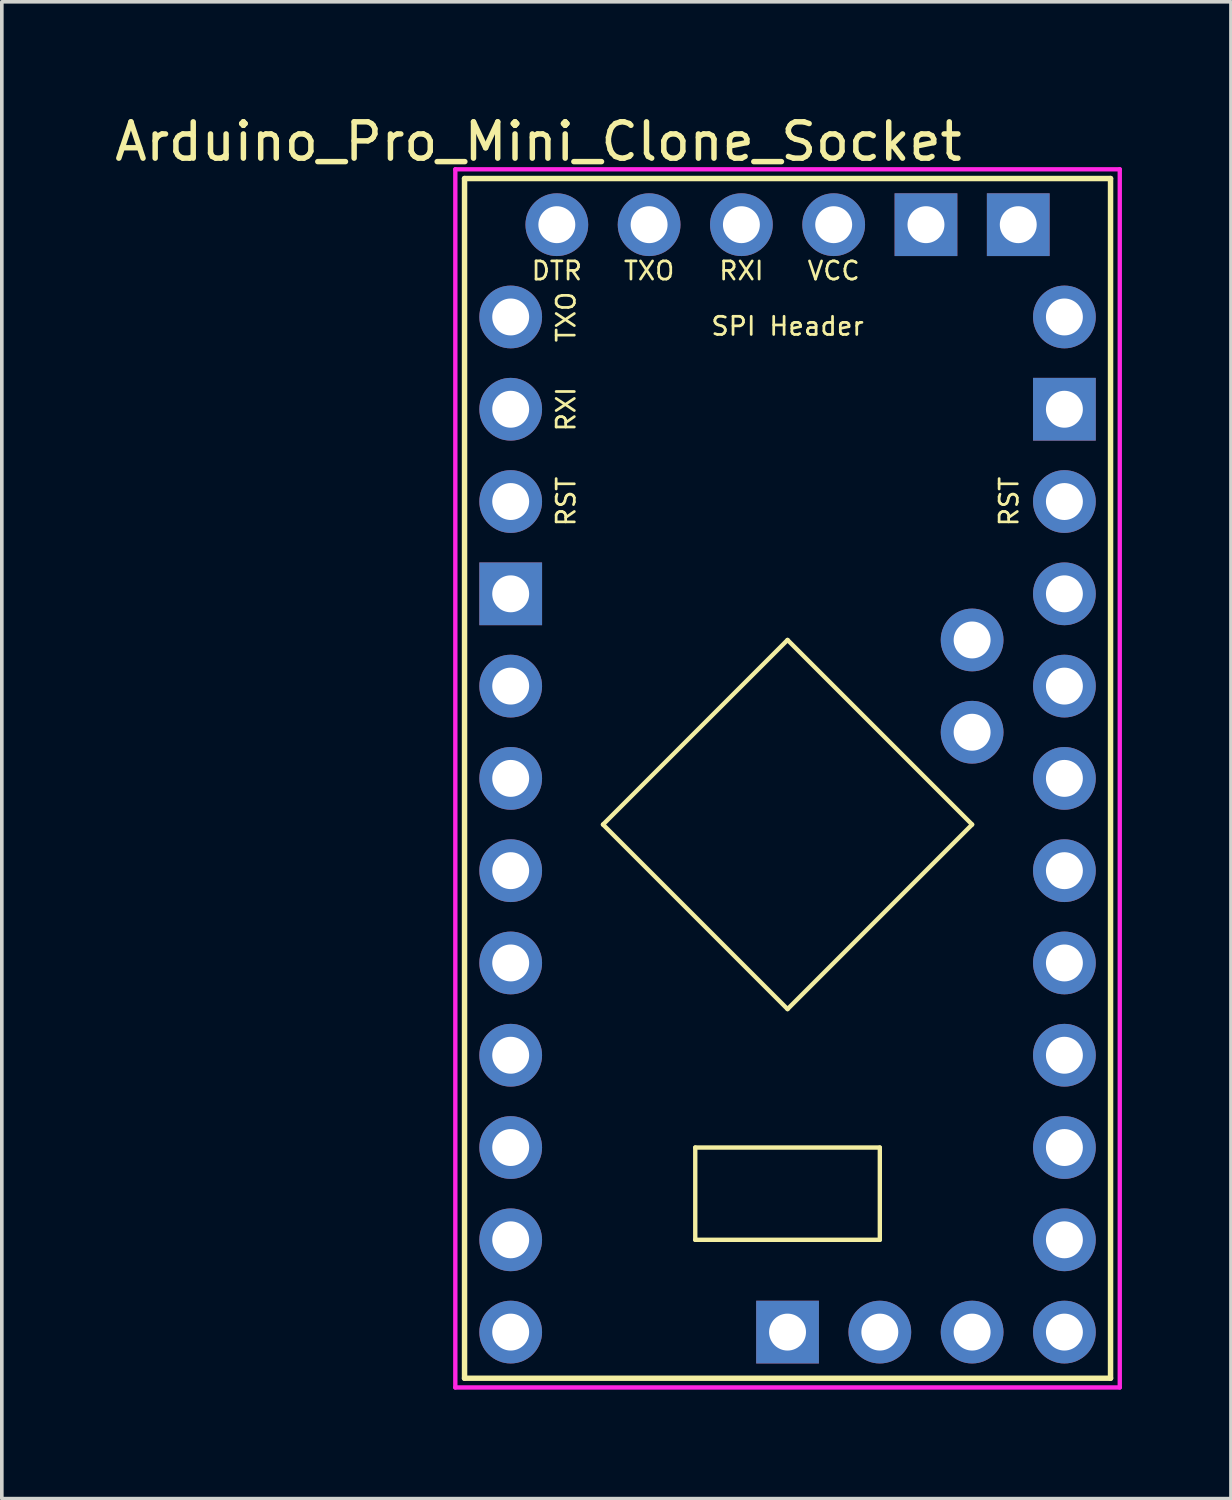
<source format=kicad_pcb>
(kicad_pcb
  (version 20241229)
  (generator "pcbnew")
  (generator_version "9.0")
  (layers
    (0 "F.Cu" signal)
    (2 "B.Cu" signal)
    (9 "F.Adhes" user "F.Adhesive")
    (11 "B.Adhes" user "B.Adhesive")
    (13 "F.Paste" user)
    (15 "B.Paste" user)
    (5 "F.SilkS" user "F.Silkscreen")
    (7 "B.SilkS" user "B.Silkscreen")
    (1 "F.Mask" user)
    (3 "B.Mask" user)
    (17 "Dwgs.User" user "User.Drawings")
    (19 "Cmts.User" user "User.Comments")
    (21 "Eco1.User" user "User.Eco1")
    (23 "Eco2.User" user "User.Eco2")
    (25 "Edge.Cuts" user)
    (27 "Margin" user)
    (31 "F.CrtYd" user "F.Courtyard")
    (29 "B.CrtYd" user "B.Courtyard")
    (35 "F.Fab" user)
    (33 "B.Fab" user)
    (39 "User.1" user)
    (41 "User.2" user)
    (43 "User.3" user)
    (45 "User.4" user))
  (footprint "Arduino_Pro_Mini_Clone_Socket"
    (layer "F.Cu")
    (at 18.626 18.374)
    (property "Reference" "Arduino_Pro_Mini_Clone_Socket" (at -6.858 -17.526 0) (layer "F.SilkS") (effects (font (size 1 1) (thickness 0.15))))
    (attr through_hole)
    (fp_line (start -8.89 -16.51) (end -8.89 16.51) (stroke (width 0.15) (type solid)) (layer "F.SilkS"))
    (fp_line (start -5.08 1.27) (end 0 6.35) (stroke (width 0.12) (type solid)) (layer "F.SilkS"))
    (fp_line (start -2.54 10.16) (end 2.54 10.16) (stroke (width 0.12) (type solid)) (layer "F.SilkS"))
    (fp_line (start -2.54 12.7) (end -2.54 10.16) (stroke (width 0.12) (type solid)) (layer "F.SilkS"))
    (fp_line (start 0 -3.81) (end -5.08 1.27) (stroke (width 0.12) (type solid)) (layer "F.SilkS"))
    (fp_line (start 0 6.35) (end 5.08 1.27) (stroke (width 0.12) (type solid)) (layer "F.SilkS"))
    (fp_line (start 2.54 10.16) (end 2.54 12.7) (stroke (width 0.12) (type solid)) (layer "F.SilkS"))
    (fp_line (start 2.54 12.7) (end -2.54 12.7) (stroke (width 0.12) (type solid)) (layer "F.SilkS"))
    (fp_line (start 5.08 1.27) (end 0 -3.81) (stroke (width 0.12) (type solid)) (layer "F.SilkS"))
    (fp_line (start 8.89 -16.51) (end -8.89 -16.51) (stroke (width 0.15) (type solid)) (layer "F.SilkS"))
    (fp_line (start 8.89 -16.51) (end 8.89 16.51) (stroke (width 0.15) (type solid)) (layer "F.SilkS"))
    (fp_line (start 8.89 16.51) (end -8.89 16.51) (stroke (width 0.15) (type solid)) (layer "F.SilkS"))
    (fp_line (start -9.144 -16.764) (end 9.144 -16.764) (stroke (width 0.12) (type solid)) (layer "F.CrtYd"))
    (fp_line (start -9.144 16.764) (end -9.144 -16.764) (stroke (width 0.12) (type solid)) (layer "F.CrtYd"))
    (fp_line (start 9.144 -16.764) (end 9.144 16.764) (stroke (width 0.12) (type solid)) (layer "F.CrtYd"))
    (fp_line (start 9.144 16.764) (end -9.144 16.764) (stroke (width 0.12) (type solid)) (layer "F.CrtYd"))
    (fp_text user "DTR" (at -6.35 -13.97 0) (unlocked yes) (layer "F.SilkS") (effects (font (size 0.5 0.5) (thickness 0.075))))
    (fp_text user "RST" (at -6.096 -7.62 90) (unlocked yes) (layer "F.SilkS") (effects (font (size 0.5 0.5) (thickness 0.075))))
    (fp_text user "RXI" (at -1.27 -13.97 0) (unlocked yes) (layer "F.SilkS") (effects (font (size 0.5 0.5) (thickness 0.075))))
    (fp_text user "TXO" (at -6.096 -12.7 90) (unlocked yes) (layer "F.SilkS") (effects (font (size 0.5 0.5) (thickness 0.075))))
    (fp_text user "RXI" (at -6.096 -10.16 90) (unlocked yes) (layer "F.SilkS") (effects (font (size 0.5 0.5) (thickness 0.075))))
    (fp_text user "SPI Header" (at 0 -12.446 180) (layer "F.SilkS") (effects (font (size 0.5 0.5) (thickness 0.075))))
    (fp_text user "TXO" (at -3.81 -13.97 0) (unlocked yes) (layer "F.SilkS") (effects (font (size 0.5 0.5) (thickness 0.075))))
    (fp_text user "VCC" (at 1.27 -13.97 0) (unlocked yes) (layer "F.SilkS") (effects (font (size 0.5 0.5) (thickness 0.075))))
    (fp_text user "RST" (at 6.096 -7.62 90) (layer "F.SilkS") (effects (font (size 0.5 0.5) (thickness 0.075))))
    (pad "A0" thru_hole circle (at 7.62 5.08) (size 1.727 1.727) (drill 1.016) (layers "*.Cu" "*.Mask"))
    (pad "A1" thru_hole circle (at 7.62 2.54) (size 1.727 1.727) (drill 1.016) (layers "*.Cu" "*.Mask"))
    (pad "A2" thru_hole circle (at 7.62 0) (size 1.727 1.727) (drill 1.016) (layers "*.Cu" "*.Mask"))
    (pad "A3" thru_hole circle (at 7.62 -2.54) (size 1.727 1.727) (drill 1.016) (layers "*.Cu" "*.Mask"))
    (pad "A4" thru_hole circle (at 5.08 -1.27) (size 1.727 1.727) (drill 1.016) (layers "*.Cu" "*.Mask"))
    (pad "A5" thru_hole circle (at 5.08 -3.81) (size 1.727 1.727) (drill 1.016) (layers "*.Cu" "*.Mask"))
    (pad "A6" thru_hole circle (at 2.54 15.24) (size 1.727 1.727) (drill 1.016) (layers "*.Cu" "*.Mask"))
    (pad "A7" thru_hole circle (at 5.08 15.24) (size 1.727 1.727) (drill 1.016) (layers "*.Cu" "*.Mask"))
    (pad "D0" thru_hole circle (at -7.62 -10.16) (size 1.727 1.727) (drill 1.016) (layers "*.Cu" "*.Mask"))
    (pad "D1" thru_hole circle (at -7.62 -12.7) (size 1.727 1.727) (drill 1.016) (layers "*.Cu" "*.Mask"))
    (pad "D2" thru_hole circle (at -7.62 -2.54) (size 1.727 1.727) (drill 1.016) (layers "*.Cu" "*.Mask"))
    (pad "D3" thru_hole circle (at -7.62 0) (size 1.727 1.727) (drill 1.016) (layers "*.Cu" "*.Mask"))
    (pad "D4" thru_hole circle (at -7.62 2.54) (size 1.727 1.727) (drill 1.016) (layers "*.Cu" "*.Mask"))
    (pad "D5" thru_hole circle (at -7.62 5.08) (size 1.727 1.727) (drill 1.016) (layers "*.Cu" "*.Mask"))
    (pad "D6" thru_hole circle (at -7.62 7.62) (size 1.727 1.727) (drill 1.016) (layers "*.Cu" "*.Mask"))
    (pad "D7" thru_hole circle (at -7.62 10.16) (size 1.727 1.727) (drill 1.016) (layers "*.Cu" "*.Mask"))
    (pad "D8" thru_hole circle (at -7.62 12.7) (size 1.727 1.727) (drill 1.016) (layers "*.Cu" "*.Mask"))
    (pad "D9" thru_hole circle (at -7.62 15.24) (size 1.727 1.727) (drill 1.016) (layers "*.Cu" "*.Mask"))
    (pad "D10" thru_hole circle (at 7.62 15.24) (size 1.727 1.727) (drill 1.016) (layers "*.Cu" "*.Mask"))
    (pad "D11" thru_hole circle (at 7.62 12.7) (size 1.727 1.727) (drill 1.016) (layers "*.Cu" "*.Mask"))
    (pad "D12" thru_hole circle (at 7.62 10.16) (size 1.727 1.727) (drill 1.016) (layers "*.Cu" "*.Mask"))
    (pad "D13" thru_hole circle (at 7.62 7.62) (size 1.727 1.727) (drill 1.016) (layers "*.Cu" "*.Mask"))
    (pad "DTR" thru_hole circle (at -6.35 -15.24) (size 1.727 1.727) (drill 1.016) (layers "*.Cu" "*.Mask"))
    (pad "GND1" thru_hole rect (at -7.62 -5.08) (size 1.727 1.727) (drill 1.016) (layers "*.Cu" "*.Mask"))
    (pad "GND2" thru_hole rect (at 7.62 -10.16) (size 1.727 1.727) (drill 1.016) (layers "*.Cu" "*.Mask"))
    (pad "GND3" thru_hole rect (at 0 15.24) (size 1.727 1.727) (drill 1.016) (layers "*.Cu" "*.Mask"))
    (pad "GND4" thru_hole rect (at 3.81 -15.24) (size 1.727 1.727) (drill 1.016) (layers "*.Cu" "*.Mask"))
    (pad "GND5" thru_hole rect (at 6.35 -15.24) (size 1.727 1.727) (drill 1.016) (layers "*.Cu" "*.Mask"))
    (pad "RAW" thru_hole circle (at 7.62 -12.7) (size 1.727 1.727) (drill 1.016) (layers "*.Cu" "*.Mask"))
    (pad "RST1" thru_hole circle (at -7.62 -7.62) (size 1.727 1.727) (drill 1.016) (layers "*.Cu" "*.Mask"))
    (pad "RST2" thru_hole circle (at 7.62 -7.62) (size 1.727 1.727) (drill 1.016) (layers "*.Cu" "*.Mask"))
    (pad "RXI" thru_hole circle (at -1.27 -15.24) (size 1.727 1.727) (drill 1.016) (layers "*.Cu" "*.Mask"))
    (pad "TXO" thru_hole circle (at -3.81 -15.24) (size 1.727 1.727) (drill 1.016) (layers "*.Cu" "*.Mask"))
    (pad "Vcc1" thru_hole circle (at 7.62 -5.08) (size 1.727 1.727) (drill 1.016) (layers "*.Cu" "*.Mask"))
    (pad "Vcc2" thru_hole circle (at 1.27 -15.24) (size 1.727 1.727) (drill 1.016) (layers "*.Cu" "*.Mask")))
  (gr_rect
    (start -3 -3)
    (end 30.83 38.198)
    (stroke (width 0.1) (type default))
    (fill no)
    (layer "Edge.Cuts")))
</source>
